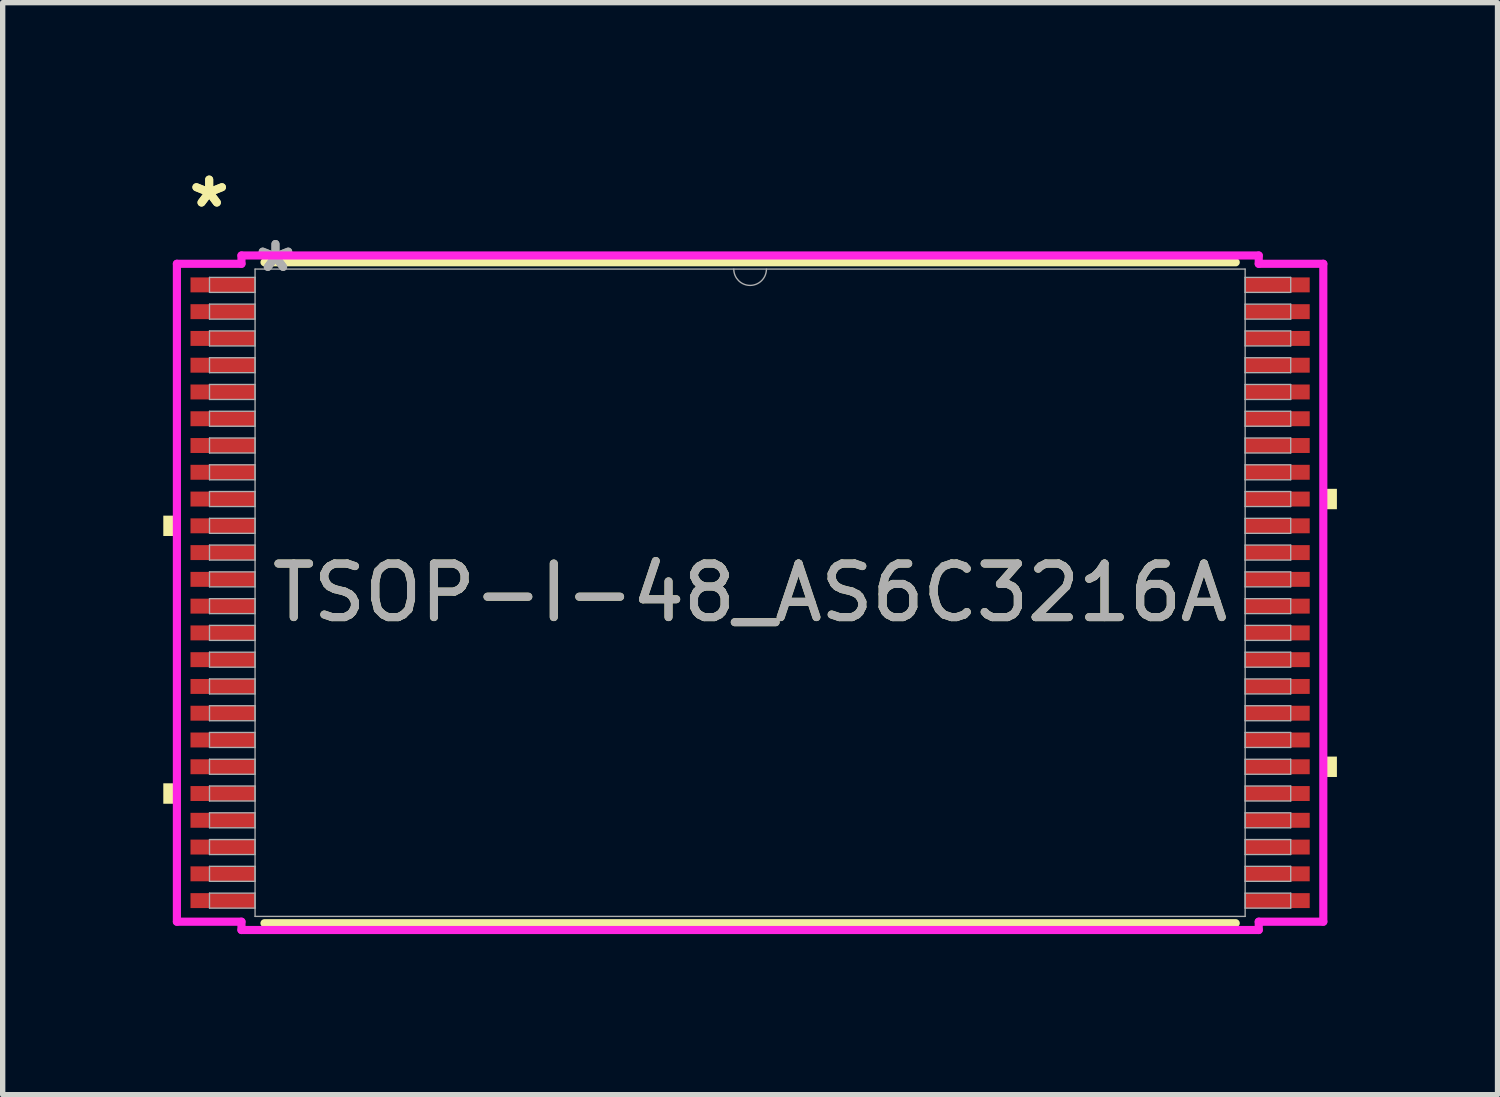
<source format=kicad_pcb>
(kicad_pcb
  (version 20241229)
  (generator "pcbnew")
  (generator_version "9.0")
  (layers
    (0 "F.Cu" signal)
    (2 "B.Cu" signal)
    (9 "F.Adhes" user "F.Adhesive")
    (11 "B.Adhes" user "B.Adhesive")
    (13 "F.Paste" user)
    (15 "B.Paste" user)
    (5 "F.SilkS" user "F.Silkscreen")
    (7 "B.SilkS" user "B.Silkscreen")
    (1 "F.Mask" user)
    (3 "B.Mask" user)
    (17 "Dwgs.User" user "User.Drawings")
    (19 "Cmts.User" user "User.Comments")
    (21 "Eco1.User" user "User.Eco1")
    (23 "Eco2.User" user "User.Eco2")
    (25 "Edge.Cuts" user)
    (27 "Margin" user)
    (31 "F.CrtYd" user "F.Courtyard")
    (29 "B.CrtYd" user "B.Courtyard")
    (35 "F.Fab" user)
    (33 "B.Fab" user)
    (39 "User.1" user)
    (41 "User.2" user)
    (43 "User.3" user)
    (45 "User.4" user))
  (footprint "TSOP-I-48_AS6C3216A"
    (layer "F.Cu")
    (at 10.96 8.021)
    (property "Reference" "TSOP-I-48_AS6C3216A" (at 0 0 0) (unlocked yes) (layer "F.SilkS") (effects (font (size 1 1) (thickness 0.15))))
    (attr smd)
    (fp_line (start -9.07 6.172) (end 9.07 6.172) (stroke (width 0.152) (type solid)) (layer "F.SilkS"))
    (fp_line (start 9.07 -6.172) (end -9.07 -6.172) (stroke (width 0.152) (type solid)) (layer "F.SilkS"))
    (fp_poly (pts (xy -10.96 -1.44) (xy -10.96 -1.06) (xy -10.706 -1.06) (xy -10.706 -1.44)) (stroke (width 0) (type solid)) (fill yes) (layer "F.SilkS"))
    (fp_poly (pts (xy -10.96 3.559) (xy -10.96 3.941) (xy -10.706 3.941) (xy -10.706 3.559)) (stroke (width 0) (type solid)) (fill yes) (layer "F.SilkS"))
    (fp_poly (pts (xy 10.96 -1.941) (xy 10.96 -1.56) (xy 10.706 -1.56) (xy 10.706 -1.941)) (stroke (width 0) (type solid)) (fill yes) (layer "F.SilkS"))
    (fp_poly (pts (xy 10.96 3.06) (xy 10.96 3.441) (xy 10.706 3.441) (xy 10.706 3.06)) (stroke (width 0) (type solid)) (fill yes) (layer "F.SilkS"))
    (fp_line (start -10.706 -6.144) (end -9.5 -6.144) (stroke (width 0.152) (type solid)) (layer "F.CrtYd"))
    (fp_line (start -10.706 6.144) (end -10.706 -6.144) (stroke (width 0.152) (type solid)) (layer "F.CrtYd"))
    (fp_line (start -10.706 6.144) (end -9.5 6.144) (stroke (width 0.152) (type solid)) (layer "F.CrtYd"))
    (fp_line (start -9.5 -6.299) (end 9.5 -6.299) (stroke (width 0.152) (type solid)) (layer "F.CrtYd"))
    (fp_line (start -9.5 -6.144) (end -9.5 -6.299) (stroke (width 0.152) (type solid)) (layer "F.CrtYd"))
    (fp_line (start -9.5 6.299) (end -9.5 6.144) (stroke (width 0.152) (type solid)) (layer "F.CrtYd"))
    (fp_line (start 9.5 -6.299) (end 9.5 -6.144) (stroke (width 0.152) (type solid)) (layer "F.CrtYd"))
    (fp_line (start 9.5 6.144) (end 9.5 6.299) (stroke (width 0.152) (type solid)) (layer "F.CrtYd"))
    (fp_line (start 9.5 6.299) (end -9.5 6.299) (stroke (width 0.152) (type solid)) (layer "F.CrtYd"))
    (fp_line (start 10.706 -6.144) (end 9.5 -6.144) (stroke (width 0.152) (type solid)) (layer "F.CrtYd"))
    (fp_line (start 10.706 -6.144) (end 10.706 6.144) (stroke (width 0.152) (type solid)) (layer "F.CrtYd"))
    (fp_line (start 10.706 6.144) (end 9.5 6.144) (stroke (width 0.152) (type solid)) (layer "F.CrtYd"))
    (fp_line (start -10.097 -5.89) (end -10.097 -5.61) (stroke (width 0.025) (type solid)) (layer "F.Fab"))
    (fp_line (start -10.097 -5.61) (end -9.246 -5.61) (stroke (width 0.025) (type solid)) (layer "F.Fab"))
    (fp_line (start -10.097 -5.39) (end -10.097 -5.11) (stroke (width 0.025) (type solid)) (layer "F.Fab"))
    (fp_line (start -10.097 -5.11) (end -9.246 -5.11) (stroke (width 0.025) (type solid)) (layer "F.Fab"))
    (fp_line (start -10.097 -4.89) (end -10.097 -4.61) (stroke (width 0.025) (type solid)) (layer "F.Fab"))
    (fp_line (start -10.097 -4.61) (end -9.246 -4.61) (stroke (width 0.025) (type solid)) (layer "F.Fab"))
    (fp_line (start -10.097 -4.39) (end -10.097 -4.11) (stroke (width 0.025) (type solid)) (layer "F.Fab"))
    (fp_line (start -10.097 -4.11) (end -9.246 -4.11) (stroke (width 0.025) (type solid)) (layer "F.Fab"))
    (fp_line (start -10.097 -3.89) (end -10.097 -3.61) (stroke (width 0.025) (type solid)) (layer "F.Fab"))
    (fp_line (start -10.097 -3.61) (end -9.246 -3.61) (stroke (width 0.025) (type solid)) (layer "F.Fab"))
    (fp_line (start -10.097 -3.39) (end -10.097 -3.11) (stroke (width 0.025) (type solid)) (layer "F.Fab"))
    (fp_line (start -10.097 -3.11) (end -9.246 -3.11) (stroke (width 0.025) (type solid)) (layer "F.Fab"))
    (fp_line (start -10.097 -2.89) (end -10.097 -2.61) (stroke (width 0.025) (type solid)) (layer "F.Fab"))
    (fp_line (start -10.097 -2.61) (end -9.246 -2.61) (stroke (width 0.025) (type solid)) (layer "F.Fab"))
    (fp_line (start -10.097 -2.39) (end -10.097 -2.11) (stroke (width 0.025) (type solid)) (layer "F.Fab"))
    (fp_line (start -10.097 -2.11) (end -9.246 -2.11) (stroke (width 0.025) (type solid)) (layer "F.Fab"))
    (fp_line (start -10.097 -1.89) (end -10.097 -1.61) (stroke (width 0.025) (type solid)) (layer "F.Fab"))
    (fp_line (start -10.097 -1.61) (end -9.246 -1.61) (stroke (width 0.025) (type solid)) (layer "F.Fab"))
    (fp_line (start -10.097 -1.39) (end -10.097 -1.11) (stroke (width 0.025) (type solid)) (layer "F.Fab"))
    (fp_line (start -10.097 -1.11) (end -9.246 -1.11) (stroke (width 0.025) (type solid)) (layer "F.Fab"))
    (fp_line (start -10.097 -0.89) (end -10.097 -0.61) (stroke (width 0.025) (type solid)) (layer "F.Fab"))
    (fp_line (start -10.097 -0.61) (end -9.246 -0.61) (stroke (width 0.025) (type solid)) (layer "F.Fab"))
    (fp_line (start -10.097 -0.39) (end -10.097 -0.11) (stroke (width 0.025) (type solid)) (layer "F.Fab"))
    (fp_line (start -10.097 -0.11) (end -9.246 -0.11) (stroke (width 0.025) (type solid)) (layer "F.Fab"))
    (fp_line (start -10.097 0.11) (end -10.097 0.39) (stroke (width 0.025) (type solid)) (layer "F.Fab"))
    (fp_line (start -10.097 0.39) (end -9.246 0.39) (stroke (width 0.025) (type solid)) (layer "F.Fab"))
    (fp_line (start -10.097 0.61) (end -10.097 0.89) (stroke (width 0.025) (type solid)) (layer "F.Fab"))
    (fp_line (start -10.097 0.89) (end -9.246 0.89) (stroke (width 0.025) (type solid)) (layer "F.Fab"))
    (fp_line (start -10.097 1.11) (end -10.097 1.39) (stroke (width 0.025) (type solid)) (layer "F.Fab"))
    (fp_line (start -10.097 1.39) (end -9.246 1.39) (stroke (width 0.025) (type solid)) (layer "F.Fab"))
    (fp_line (start -10.097 1.61) (end -10.097 1.89) (stroke (width 0.025) (type solid)) (layer "F.Fab"))
    (fp_line (start -10.097 1.89) (end -9.246 1.89) (stroke (width 0.025) (type solid)) (layer "F.Fab"))
    (fp_line (start -10.097 2.11) (end -10.097 2.39) (stroke (width 0.025) (type solid)) (layer "F.Fab"))
    (fp_line (start -10.097 2.39) (end -9.246 2.39) (stroke (width 0.025) (type solid)) (layer "F.Fab"))
    (fp_line (start -10.097 2.61) (end -10.097 2.89) (stroke (width 0.025) (type solid)) (layer "F.Fab"))
    (fp_line (start -10.097 2.89) (end -9.246 2.89) (stroke (width 0.025) (type solid)) (layer "F.Fab"))
    (fp_line (start -10.097 3.11) (end -10.097 3.39) (stroke (width 0.025) (type solid)) (layer "F.Fab"))
    (fp_line (start -10.097 3.39) (end -9.246 3.39) (stroke (width 0.025) (type solid)) (layer "F.Fab"))
    (fp_line (start -10.097 3.61) (end -10.097 3.89) (stroke (width 0.025) (type solid)) (layer "F.Fab"))
    (fp_line (start -10.097 3.89) (end -9.246 3.89) (stroke (width 0.025) (type solid)) (layer "F.Fab"))
    (fp_line (start -10.097 4.11) (end -10.097 4.39) (stroke (width 0.025) (type solid)) (layer "F.Fab"))
    (fp_line (start -10.097 4.39) (end -9.246 4.39) (stroke (width 0.025) (type solid)) (layer "F.Fab"))
    (fp_line (start -10.097 4.61) (end -10.097 4.89) (stroke (width 0.025) (type solid)) (layer "F.Fab"))
    (fp_line (start -10.097 4.89) (end -9.246 4.89) (stroke (width 0.025) (type solid)) (layer "F.Fab"))
    (fp_line (start -10.097 5.11) (end -10.097 5.39) (stroke (width 0.025) (type solid)) (layer "F.Fab"))
    (fp_line (start -10.097 5.39) (end -9.246 5.39) (stroke (width 0.025) (type solid)) (layer "F.Fab"))
    (fp_line (start -10.097 5.61) (end -10.097 5.89) (stroke (width 0.025) (type solid)) (layer "F.Fab"))
    (fp_line (start -10.097 5.89) (end -9.246 5.89) (stroke (width 0.025) (type solid)) (layer "F.Fab"))
    (fp_line (start -9.246 -6.045) (end -9.246 6.045) (stroke (width 0.025) (type solid)) (layer "F.Fab"))
    (fp_line (start -9.246 -5.89) (end -10.097 -5.89) (stroke (width 0.025) (type solid)) (layer "F.Fab"))
    (fp_line (start -9.246 -5.61) (end -9.246 -5.89) (stroke (width 0.025) (type solid)) (layer "F.Fab"))
    (fp_line (start -9.246 -5.39) (end -10.097 -5.39) (stroke (width 0.025) (type solid)) (layer "F.Fab"))
    (fp_line (start -9.246 -5.11) (end -9.246 -5.39) (stroke (width 0.025) (type solid)) (layer "F.Fab"))
    (fp_line (start -9.246 -4.89) (end -10.097 -4.89) (stroke (width 0.025) (type solid)) (layer "F.Fab"))
    (fp_line (start -9.246 -4.61) (end -9.246 -4.89) (stroke (width 0.025) (type solid)) (layer "F.Fab"))
    (fp_line (start -9.246 -4.39) (end -10.097 -4.39) (stroke (width 0.025) (type solid)) (layer "F.Fab"))
    (fp_line (start -9.246 -4.11) (end -9.246 -4.39) (stroke (width 0.025) (type solid)) (layer "F.Fab"))
    (fp_line (start -9.246 -3.89) (end -10.097 -3.89) (stroke (width 0.025) (type solid)) (layer "F.Fab"))
    (fp_line (start -9.246 -3.61) (end -9.246 -3.89) (stroke (width 0.025) (type solid)) (layer "F.Fab"))
    (fp_line (start -9.246 -3.39) (end -10.097 -3.39) (stroke (width 0.025) (type solid)) (layer "F.Fab"))
    (fp_line (start -9.246 -3.11) (end -9.246 -3.39) (stroke (width 0.025) (type solid)) (layer "F.Fab"))
    (fp_line (start -9.246 -2.89) (end -10.097 -2.89) (stroke (width 0.025) (type solid)) (layer "F.Fab"))
    (fp_line (start -9.246 -2.61) (end -9.246 -2.89) (stroke (width 0.025) (type solid)) (layer "F.Fab"))
    (fp_line (start -9.246 -2.39) (end -10.097 -2.39) (stroke (width 0.025) (type solid)) (layer "F.Fab"))
    (fp_line (start -9.246 -2.11) (end -9.246 -2.39) (stroke (width 0.025) (type solid)) (layer "F.Fab"))
    (fp_line (start -9.246 -1.89) (end -10.097 -1.89) (stroke (width 0.025) (type solid)) (layer "F.Fab"))
    (fp_line (start -9.246 -1.61) (end -9.246 -1.89) (stroke (width 0.025) (type solid)) (layer "F.Fab"))
    (fp_line (start -9.246 -1.39) (end -10.097 -1.39) (stroke (width 0.025) (type solid)) (layer "F.Fab"))
    (fp_line (start -9.246 -1.11) (end -9.246 -1.39) (stroke (width 0.025) (type solid)) (layer "F.Fab"))
    (fp_line (start -9.246 -0.89) (end -10.097 -0.89) (stroke (width 0.025) (type solid)) (layer "F.Fab"))
    (fp_line (start -9.246 -0.61) (end -9.246 -0.89) (stroke (width 0.025) (type solid)) (layer "F.Fab"))
    (fp_line (start -9.246 -0.39) (end -10.097 -0.39) (stroke (width 0.025) (type solid)) (layer "F.Fab"))
    (fp_line (start -9.246 -0.11) (end -9.246 -0.39) (stroke (width 0.025) (type solid)) (layer "F.Fab"))
    (fp_line (start -9.246 0.11) (end -10.097 0.11) (stroke (width 0.025) (type solid)) (layer "F.Fab"))
    (fp_line (start -9.246 0.39) (end -9.246 0.11) (stroke (width 0.025) (type solid)) (layer "F.Fab"))
    (fp_line (start -9.246 0.61) (end -10.097 0.61) (stroke (width 0.025) (type solid)) (layer "F.Fab"))
    (fp_line (start -9.246 0.89) (end -9.246 0.61) (stroke (width 0.025) (type solid)) (layer "F.Fab"))
    (fp_line (start -9.246 1.11) (end -10.097 1.11) (stroke (width 0.025) (type solid)) (layer "F.Fab"))
    (fp_line (start -9.246 1.39) (end -9.246 1.11) (stroke (width 0.025) (type solid)) (layer "F.Fab"))
    (fp_line (start -9.246 1.61) (end -10.097 1.61) (stroke (width 0.025) (type solid)) (layer "F.Fab"))
    (fp_line (start -9.246 1.89) (end -9.246 1.61) (stroke (width 0.025) (type solid)) (layer "F.Fab"))
    (fp_line (start -9.246 2.11) (end -10.097 2.11) (stroke (width 0.025) (type solid)) (layer "F.Fab"))
    (fp_line (start -9.246 2.39) (end -9.246 2.11) (stroke (width 0.025) (type solid)) (layer "F.Fab"))
    (fp_line (start -9.246 2.61) (end -10.097 2.61) (stroke (width 0.025) (type solid)) (layer "F.Fab"))
    (fp_line (start -9.246 2.89) (end -9.246 2.61) (stroke (width 0.025) (type solid)) (layer "F.Fab"))
    (fp_line (start -9.246 3.11) (end -10.097 3.11) (stroke (width 0.025) (type solid)) (layer "F.Fab"))
    (fp_line (start -9.246 3.39) (end -9.246 3.11) (stroke (width 0.025) (type solid)) (layer "F.Fab"))
    (fp_line (start -9.246 3.61) (end -10.097 3.61) (stroke (width 0.025) (type solid)) (layer "F.Fab"))
    (fp_line (start -9.246 3.89) (end -9.246 3.61) (stroke (width 0.025) (type solid)) (layer "F.Fab"))
    (fp_line (start -9.246 4.11) (end -10.097 4.11) (stroke (width 0.025) (type solid)) (layer "F.Fab"))
    (fp_line (start -9.246 4.39) (end -9.246 4.11) (stroke (width 0.025) (type solid)) (layer "F.Fab"))
    (fp_line (start -9.246 4.61) (end -10.097 4.61) (stroke (width 0.025) (type solid)) (layer "F.Fab"))
    (fp_line (start -9.246 4.89) (end -9.246 4.61) (stroke (width 0.025) (type solid)) (layer "F.Fab"))
    (fp_line (start -9.246 5.11) (end -10.097 5.11) (stroke (width 0.025) (type solid)) (layer "F.Fab"))
    (fp_line (start -9.246 5.39) (end -9.246 5.11) (stroke (width 0.025) (type solid)) (layer "F.Fab"))
    (fp_line (start -9.246 5.61) (end -10.097 5.61) (stroke (width 0.025) (type solid)) (layer "F.Fab"))
    (fp_line (start -9.246 5.89) (end -9.246 5.61) (stroke (width 0.025) (type solid)) (layer "F.Fab"))
    (fp_line (start -9.246 6.045) (end 9.246 6.045) (stroke (width 0.025) (type solid)) (layer "F.Fab"))
    (fp_line (start 9.246 -6.045) (end -9.246 -6.045) (stroke (width 0.025) (type solid)) (layer "F.Fab"))
    (fp_line (start 9.246 -5.89) (end 9.246 -5.61) (stroke (width 0.025) (type solid)) (layer "F.Fab"))
    (fp_line (start 9.246 -5.61) (end 10.097 -5.61) (stroke (width 0.025) (type solid)) (layer "F.Fab"))
    (fp_line (start 9.246 -5.39) (end 9.246 -5.11) (stroke (width 0.025) (type solid)) (layer "F.Fab"))
    (fp_line (start 9.246 -5.11) (end 10.097 -5.11) (stroke (width 0.025) (type solid)) (layer "F.Fab"))
    (fp_line (start 9.246 -4.89) (end 9.246 -4.61) (stroke (width 0.025) (type solid)) (layer "F.Fab"))
    (fp_line (start 9.246 -4.61) (end 10.097 -4.61) (stroke (width 0.025) (type solid)) (layer "F.Fab"))
    (fp_line (start 9.246 -4.39) (end 9.246 -4.11) (stroke (width 0.025) (type solid)) (layer "F.Fab"))
    (fp_line (start 9.246 -4.11) (end 10.097 -4.11) (stroke (width 0.025) (type solid)) (layer "F.Fab"))
    (fp_line (start 9.246 -3.89) (end 9.246 -3.61) (stroke (width 0.025) (type solid)) (layer "F.Fab"))
    (fp_line (start 9.246 -3.61) (end 10.097 -3.61) (stroke (width 0.025) (type solid)) (layer "F.Fab"))
    (fp_line (start 9.246 -3.39) (end 9.246 -3.11) (stroke (width 0.025) (type solid)) (layer "F.Fab"))
    (fp_line (start 9.246 -3.11) (end 10.097 -3.11) (stroke (width 0.025) (type solid)) (layer "F.Fab"))
    (fp_line (start 9.246 -2.89) (end 9.246 -2.61) (stroke (width 0.025) (type solid)) (layer "F.Fab"))
    (fp_line (start 9.246 -2.61) (end 10.097 -2.61) (stroke (width 0.025) (type solid)) (layer "F.Fab"))
    (fp_line (start 9.246 -2.39) (end 9.246 -2.11) (stroke (width 0.025) (type solid)) (layer "F.Fab"))
    (fp_line (start 9.246 -2.11) (end 10.097 -2.11) (stroke (width 0.025) (type solid)) (layer "F.Fab"))
    (fp_line (start 9.246 -1.89) (end 9.246 -1.61) (stroke (width 0.025) (type solid)) (layer "F.Fab"))
    (fp_line (start 9.246 -1.61) (end 10.097 -1.61) (stroke (width 0.025) (type solid)) (layer "F.Fab"))
    (fp_line (start 9.246 -1.39) (end 9.246 -1.11) (stroke (width 0.025) (type solid)) (layer "F.Fab"))
    (fp_line (start 9.246 -1.11) (end 10.097 -1.11) (stroke (width 0.025) (type solid)) (layer "F.Fab"))
    (fp_line (start 9.246 -0.89) (end 9.246 -0.61) (stroke (width 0.025) (type solid)) (layer "F.Fab"))
    (fp_line (start 9.246 -0.61) (end 10.097 -0.61) (stroke (width 0.025) (type solid)) (layer "F.Fab"))
    (fp_line (start 9.246 -0.39) (end 9.246 -0.11) (stroke (width 0.025) (type solid)) (layer "F.Fab"))
    (fp_line (start 9.246 -0.11) (end 10.097 -0.11) (stroke (width 0.025) (type solid)) (layer "F.Fab"))
    (fp_line (start 9.246 0.11) (end 9.246 0.39) (stroke (width 0.025) (type solid)) (layer "F.Fab"))
    (fp_line (start 9.246 0.39) (end 10.097 0.39) (stroke (width 0.025) (type solid)) (layer "F.Fab"))
    (fp_line (start 9.246 0.61) (end 9.246 0.89) (stroke (width 0.025) (type solid)) (layer "F.Fab"))
    (fp_line (start 9.246 0.89) (end 10.097 0.89) (stroke (width 0.025) (type solid)) (layer "F.Fab"))
    (fp_line (start 9.246 1.11) (end 9.246 1.39) (stroke (width 0.025) (type solid)) (layer "F.Fab"))
    (fp_line (start 9.246 1.39) (end 10.097 1.39) (stroke (width 0.025) (type solid)) (layer "F.Fab"))
    (fp_line (start 9.246 1.61) (end 9.246 1.89) (stroke (width 0.025) (type solid)) (layer "F.Fab"))
    (fp_line (start 9.246 1.89) (end 10.097 1.89) (stroke (width 0.025) (type solid)) (layer "F.Fab"))
    (fp_line (start 9.246 2.11) (end 9.246 2.39) (stroke (width 0.025) (type solid)) (layer "F.Fab"))
    (fp_line (start 9.246 2.39) (end 10.097 2.39) (stroke (width 0.025) (type solid)) (layer "F.Fab"))
    (fp_line (start 9.246 2.61) (end 9.246 2.89) (stroke (width 0.025) (type solid)) (layer "F.Fab"))
    (fp_line (start 9.246 2.89) (end 10.097 2.89) (stroke (width 0.025) (type solid)) (layer "F.Fab"))
    (fp_line (start 9.246 3.11) (end 9.246 3.39) (stroke (width 0.025) (type solid)) (layer "F.Fab"))
    (fp_line (start 9.246 3.39) (end 10.097 3.39) (stroke (width 0.025) (type solid)) (layer "F.Fab"))
    (fp_line (start 9.246 3.61) (end 9.246 3.89) (stroke (width 0.025) (type solid)) (layer "F.Fab"))
    (fp_line (start 9.246 3.89) (end 10.097 3.89) (stroke (width 0.025) (type solid)) (layer "F.Fab"))
    (fp_line (start 9.246 4.11) (end 9.246 4.39) (stroke (width 0.025) (type solid)) (layer "F.Fab"))
    (fp_line (start 9.246 4.39) (end 10.097 4.39) (stroke (width 0.025) (type solid)) (layer "F.Fab"))
    (fp_line (start 9.246 4.61) (end 9.246 4.89) (stroke (width 0.025) (type solid)) (layer "F.Fab"))
    (fp_line (start 9.246 4.89) (end 10.097 4.89) (stroke (width 0.025) (type solid)) (layer "F.Fab"))
    (fp_line (start 9.246 5.11) (end 9.246 5.39) (stroke (width 0.025) (type solid)) (layer "F.Fab"))
    (fp_line (start 9.246 5.39) (end 10.097 5.39) (stroke (width 0.025) (type solid)) (layer "F.Fab"))
    (fp_line (start 9.246 5.61) (end 9.246 5.89) (stroke (width 0.025) (type solid)) (layer "F.Fab"))
    (fp_line (start 9.246 5.89) (end 10.097 5.89) (stroke (width 0.025) (type solid)) (layer "F.Fab"))
    (fp_line (start 9.246 6.045) (end 9.246 -6.045) (stroke (width 0.025) (type solid)) (layer "F.Fab"))
    (fp_line (start 10.097 -5.89) (end 9.246 -5.89) (stroke (width 0.025) (type solid)) (layer "F.Fab"))
    (fp_line (start 10.097 -5.61) (end 10.097 -5.89) (stroke (width 0.025) (type solid)) (layer "F.Fab"))
    (fp_line (start 10.097 -5.39) (end 9.246 -5.39) (stroke (width 0.025) (type solid)) (layer "F.Fab"))
    (fp_line (start 10.097 -5.11) (end 10.097 -5.39) (stroke (width 0.025) (type solid)) (layer "F.Fab"))
    (fp_line (start 10.097 -4.89) (end 9.246 -4.89) (stroke (width 0.025) (type solid)) (layer "F.Fab"))
    (fp_line (start 10.097 -4.61) (end 10.097 -4.89) (stroke (width 0.025) (type solid)) (layer "F.Fab"))
    (fp_line (start 10.097 -4.39) (end 9.246 -4.39) (stroke (width 0.025) (type solid)) (layer "F.Fab"))
    (fp_line (start 10.097 -4.11) (end 10.097 -4.39) (stroke (width 0.025) (type solid)) (layer "F.Fab"))
    (fp_line (start 10.097 -3.89) (end 9.246 -3.89) (stroke (width 0.025) (type solid)) (layer "F.Fab"))
    (fp_line (start 10.097 -3.61) (end 10.097 -3.89) (stroke (width 0.025) (type solid)) (layer "F.Fab"))
    (fp_line (start 10.097 -3.39) (end 9.246 -3.39) (stroke (width 0.025) (type solid)) (layer "F.Fab"))
    (fp_line (start 10.097 -3.11) (end 10.097 -3.39) (stroke (width 0.025) (type solid)) (layer "F.Fab"))
    (fp_line (start 10.097 -2.89) (end 9.246 -2.89) (stroke (width 0.025) (type solid)) (layer "F.Fab"))
    (fp_line (start 10.097 -2.61) (end 10.097 -2.89) (stroke (width 0.025) (type solid)) (layer "F.Fab"))
    (fp_line (start 10.097 -2.39) (end 9.246 -2.39) (stroke (width 0.025) (type solid)) (layer "F.Fab"))
    (fp_line (start 10.097 -2.11) (end 10.097 -2.39) (stroke (width 0.025) (type solid)) (layer "F.Fab"))
    (fp_line (start 10.097 -1.89) (end 9.246 -1.89) (stroke (width 0.025) (type solid)) (layer "F.Fab"))
    (fp_line (start 10.097 -1.61) (end 10.097 -1.89) (stroke (width 0.025) (type solid)) (layer "F.Fab"))
    (fp_line (start 10.097 -1.39) (end 9.246 -1.39) (stroke (width 0.025) (type solid)) (layer "F.Fab"))
    (fp_line (start 10.097 -1.11) (end 10.097 -1.39) (stroke (width 0.025) (type solid)) (layer "F.Fab"))
    (fp_line (start 10.097 -0.89) (end 9.246 -0.89) (stroke (width 0.025) (type solid)) (layer "F.Fab"))
    (fp_line (start 10.097 -0.61) (end 10.097 -0.89) (stroke (width 0.025) (type solid)) (layer "F.Fab"))
    (fp_line (start 10.097 -0.39) (end 9.246 -0.39) (stroke (width 0.025) (type solid)) (layer "F.Fab"))
    (fp_line (start 10.097 -0.11) (end 10.097 -0.39) (stroke (width 0.025) (type solid)) (layer "F.Fab"))
    (fp_line (start 10.097 0.11) (end 9.246 0.11) (stroke (width 0.025) (type solid)) (layer "F.Fab"))
    (fp_line (start 10.097 0.39) (end 10.097 0.11) (stroke (width 0.025) (type solid)) (layer "F.Fab"))
    (fp_line (start 10.097 0.61) (end 9.246 0.61) (stroke (width 0.025) (type solid)) (layer "F.Fab"))
    (fp_line (start 10.097 0.89) (end 10.097 0.61) (stroke (width 0.025) (type solid)) (layer "F.Fab"))
    (fp_line (start 10.097 1.11) (end 9.246 1.11) (stroke (width 0.025) (type solid)) (layer "F.Fab"))
    (fp_line (start 10.097 1.39) (end 10.097 1.11) (stroke (width 0.025) (type solid)) (layer "F.Fab"))
    (fp_line (start 10.097 1.61) (end 9.246 1.61) (stroke (width 0.025) (type solid)) (layer "F.Fab"))
    (fp_line (start 10.097 1.89) (end 10.097 1.61) (stroke (width 0.025) (type solid)) (layer "F.Fab"))
    (fp_line (start 10.097 2.11) (end 9.246 2.11) (stroke (width 0.025) (type solid)) (layer "F.Fab"))
    (fp_line (start 10.097 2.39) (end 10.097 2.11) (stroke (width 0.025) (type solid)) (layer "F.Fab"))
    (fp_line (start 10.097 2.61) (end 9.246 2.61) (stroke (width 0.025) (type solid)) (layer "F.Fab"))
    (fp_line (start 10.097 2.89) (end 10.097 2.61) (stroke (width 0.025) (type solid)) (layer "F.Fab"))
    (fp_line (start 10.097 3.11) (end 9.246 3.11) (stroke (width 0.025) (type solid)) (layer "F.Fab"))
    (fp_line (start 10.097 3.39) (end 10.097 3.11) (stroke (width 0.025) (type solid)) (layer "F.Fab"))
    (fp_line (start 10.097 3.61) (end 9.246 3.61) (stroke (width 0.025) (type solid)) (layer "F.Fab"))
    (fp_line (start 10.097 3.89) (end 10.097 3.61) (stroke (width 0.025) (type solid)) (layer "F.Fab"))
    (fp_line (start 10.097 4.11) (end 9.246 4.11) (stroke (width 0.025) (type solid)) (layer "F.Fab"))
    (fp_line (start 10.097 4.39) (end 10.097 4.11) (stroke (width 0.025) (type solid)) (layer "F.Fab"))
    (fp_line (start 10.097 4.61) (end 9.246 4.61) (stroke (width 0.025) (type solid)) (layer "F.Fab"))
    (fp_line (start 10.097 4.89) (end 10.097 4.61) (stroke (width 0.025) (type solid)) (layer "F.Fab"))
    (fp_line (start 10.097 5.11) (end 9.246 5.11) (stroke (width 0.025) (type solid)) (layer "F.Fab"))
    (fp_line (start 10.097 5.39) (end 10.097 5.11) (stroke (width 0.025) (type solid)) (layer "F.Fab"))
    (fp_line (start 10.097 5.61) (end 9.246 5.61) (stroke (width 0.025) (type solid)) (layer "F.Fab"))
    (fp_line (start 10.097 5.89) (end 10.097 5.61) (stroke (width 0.025) (type solid)) (layer "F.Fab"))
    (fp_arc (start 0.3048 -6.0452) (mid 0 -5.7404) (end -0.3048 -6.0452) (stroke (width 0.0254) (type solid)) (layer "F.Fab"))
    (fp_text user "*" (at -10.103 -7.172 0) (unlocked yes) (layer "F.SilkS") (effects (font (size 1 1) (thickness 0.15))))
    (fp_text user "*" (at -10.103 -7.172 0) (layer "F.SilkS") (effects (font (size 1 1) (thickness 0.15))))
    (fp_text user "*" (at -8.865 -5.969 0) (layer "F.Fab") (effects (font (size 1 1) (thickness 0.15))))
    (fp_text user "${REFERENCE}" (at 0 0 0) (unlocked yes) (layer "F.Fab") (effects (font (size 1 1) (thickness 0.15))))
    (fp_text user "*" (at -8.865 -5.969 0) (unlocked yes) (layer "F.Fab") (effects (font (size 1 1) (thickness 0.15))))
    (pad "1" smd rect (at -9.849 -5.75) (size 1.206 0.279) (layers "F.Cu" "F.Mask" "F.Paste"))
    (pad "2" smd rect (at -9.849 -5.25) (size 1.206 0.279) (layers "F.Cu" "F.Mask" "F.Paste"))
    (pad "3" smd rect (at -9.849 -4.75) (size 1.206 0.279) (layers "F.Cu" "F.Mask" "F.Paste"))
    (pad "4" smd rect (at -9.849 -4.25) (size 1.206 0.279) (layers "F.Cu" "F.Mask" "F.Paste"))
    (pad "5" smd rect (at -9.849 -3.75) (size 1.206 0.279) (layers "F.Cu" "F.Mask" "F.Paste"))
    (pad "6" smd rect (at -9.849 -3.25) (size 1.206 0.279) (layers "F.Cu" "F.Mask" "F.Paste"))
    (pad "7" smd rect (at -9.849 -2.75) (size 1.206 0.279) (layers "F.Cu" "F.Mask" "F.Paste"))
    (pad "8" smd rect (at -9.849 -2.25) (size 1.206 0.279) (layers "F.Cu" "F.Mask" "F.Paste"))
    (pad "9" smd rect (at -9.849 -1.75) (size 1.206 0.279) (layers "F.Cu" "F.Mask" "F.Paste"))
    (pad "10" smd rect (at -9.849 -1.25) (size 1.206 0.279) (layers "F.Cu" "F.Mask" "F.Paste"))
    (pad "11" smd rect (at -9.849 -0.75) (size 1.206 0.279) (layers "F.Cu" "F.Mask" "F.Paste"))
    (pad "12" smd rect (at -9.849 -0.25) (size 1.206 0.279) (layers "F.Cu" "F.Mask" "F.Paste"))
    (pad "13" smd rect (at -9.849 0.25) (size 1.206 0.279) (layers "F.Cu" "F.Mask" "F.Paste"))
    (pad "14" smd rect (at -9.849 0.75) (size 1.206 0.279) (layers "F.Cu" "F.Mask" "F.Paste"))
    (pad "15" smd rect (at -9.849 1.25) (size 1.206 0.279) (layers "F.Cu" "F.Mask" "F.Paste"))
    (pad "16" smd rect (at -9.849 1.75) (size 1.206 0.279) (layers "F.Cu" "F.Mask" "F.Paste"))
    (pad "17" smd rect (at -9.849 2.25) (size 1.206 0.279) (layers "F.Cu" "F.Mask" "F.Paste"))
    (pad "18" smd rect (at -9.849 2.75) (size 1.206 0.279) (layers "F.Cu" "F.Mask" "F.Paste"))
    (pad "19" smd rect (at -9.849 3.25) (size 1.206 0.279) (layers "F.Cu" "F.Mask" "F.Paste"))
    (pad "20" smd rect (at -9.849 3.75) (size 1.206 0.279) (layers "F.Cu" "F.Mask" "F.Paste"))
    (pad "21" smd rect (at -9.849 4.25) (size 1.206 0.279) (layers "F.Cu" "F.Mask" "F.Paste"))
    (pad "22" smd rect (at -9.849 4.75) (size 1.206 0.279) (layers "F.Cu" "F.Mask" "F.Paste"))
    (pad "23" smd rect (at -9.849 5.25) (size 1.206 0.279) (layers "F.Cu" "F.Mask" "F.Paste"))
    (pad "24" smd rect (at -9.849 5.75) (size 1.206 0.279) (layers "F.Cu" "F.Mask" "F.Paste"))
    (pad "25" smd rect (at 9.849 5.75) (size 1.206 0.279) (layers "F.Cu" "F.Mask" "F.Paste"))
    (pad "26" smd rect (at 9.849 5.25) (size 1.206 0.279) (layers "F.Cu" "F.Mask" "F.Paste"))
    (pad "27" smd rect (at 9.849 4.75) (size 1.206 0.279) (layers "F.Cu" "F.Mask" "F.Paste"))
    (pad "28" smd rect (at 9.849 4.25) (size 1.206 0.279) (layers "F.Cu" "F.Mask" "F.Paste"))
    (pad "29" smd rect (at 9.849 3.75) (size 1.206 0.279) (layers "F.Cu" "F.Mask" "F.Paste"))
    (pad "30" smd rect (at 9.849 3.25) (size 1.206 0.279) (layers "F.Cu" "F.Mask" "F.Paste"))
    (pad "31" smd rect (at 9.849 2.75) (size 1.206 0.279) (layers "F.Cu" "F.Mask" "F.Paste"))
    (pad "32" smd rect (at 9.849 2.25) (size 1.206 0.279) (layers "F.Cu" "F.Mask" "F.Paste"))
    (pad "33" smd rect (at 9.849 1.75) (size 1.206 0.279) (layers "F.Cu" "F.Mask" "F.Paste"))
    (pad "34" smd rect (at 9.849 1.25) (size 1.206 0.279) (layers "F.Cu" "F.Mask" "F.Paste"))
    (pad "35" smd rect (at 9.849 0.75) (size 1.206 0.279) (layers "F.Cu" "F.Mask" "F.Paste"))
    (pad "36" smd rect (at 9.849 0.25) (size 1.206 0.279) (layers "F.Cu" "F.Mask" "F.Paste"))
    (pad "37" smd rect (at 9.849 -0.25) (size 1.206 0.279) (layers "F.Cu" "F.Mask" "F.Paste"))
    (pad "38" smd rect (at 9.849 -0.75) (size 1.206 0.279) (layers "F.Cu" "F.Mask" "F.Paste"))
    (pad "39" smd rect (at 9.849 -1.25) (size 1.206 0.279) (layers "F.Cu" "F.Mask" "F.Paste"))
    (pad "40" smd rect (at 9.849 -1.75) (size 1.206 0.279) (layers "F.Cu" "F.Mask" "F.Paste"))
    (pad "41" smd rect (at 9.849 -2.25) (size 1.206 0.279) (layers "F.Cu" "F.Mask" "F.Paste"))
    (pad "42" smd rect (at 9.849 -2.75) (size 1.206 0.279) (layers "F.Cu" "F.Mask" "F.Paste"))
    (pad "43" smd rect (at 9.849 -3.25) (size 1.206 0.279) (layers "F.Cu" "F.Mask" "F.Paste"))
    (pad "44" smd rect (at 9.849 -3.75) (size 1.206 0.279) (layers "F.Cu" "F.Mask" "F.Paste"))
    (pad "45" smd rect (at 9.849 -4.25) (size 1.206 0.279) (layers "F.Cu" "F.Mask" "F.Paste"))
    (pad "46" smd rect (at 9.849 -4.75) (size 1.206 0.279) (layers "F.Cu" "F.Mask" "F.Paste"))
    (pad "47" smd rect (at 9.849 -5.25) (size 1.206 0.279) (layers "F.Cu" "F.Mask" "F.Paste"))
    (pad "48" smd rect (at 9.849 -5.75) (size 1.206 0.279) (layers "F.Cu" "F.Mask" "F.Paste")))
  (gr_rect
    (start -3 -3)
    (end 24.92 17.396)
    (stroke (width 0.1) (type default))
    (fill no)
    (layer "Edge.Cuts")))
</source>
